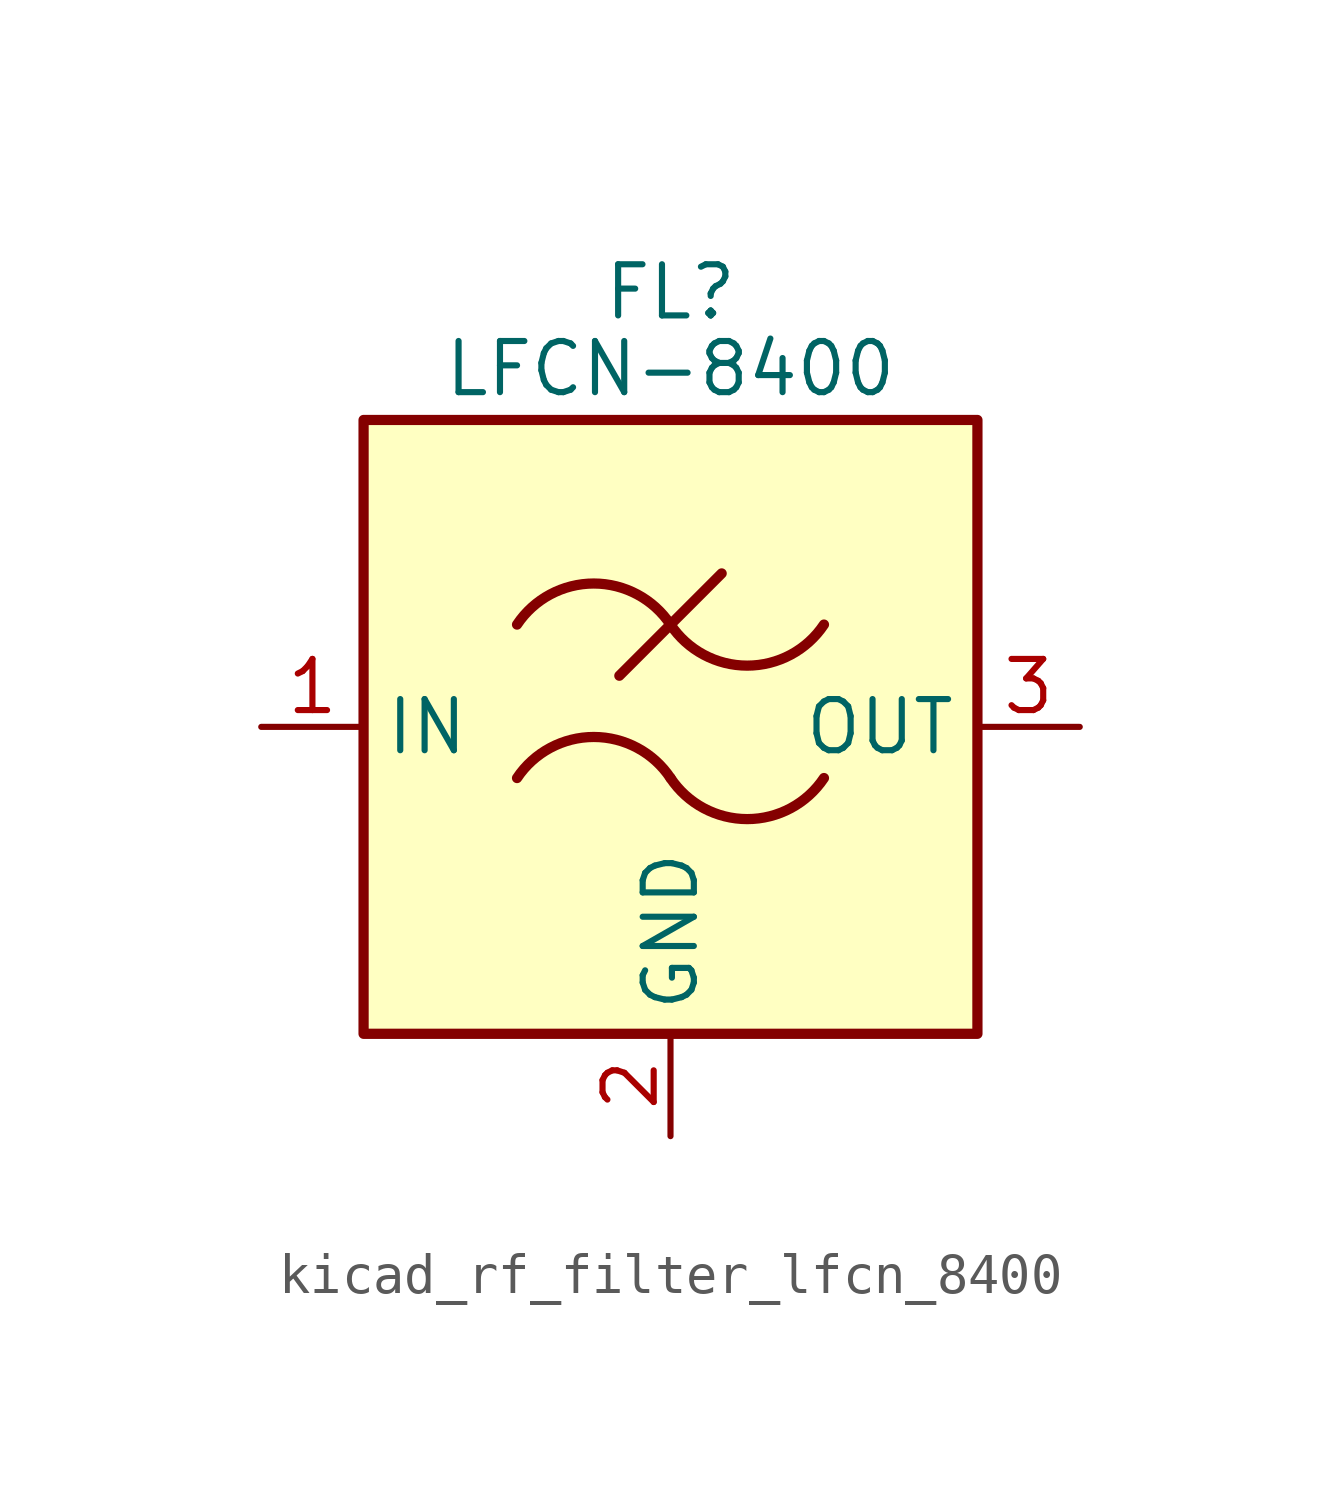
<source format=kicad_sym>
(kicad_symbol_lib
  (version 20220914)
  (generator kicad_symbol_editor)
  (symbol "kicad_rf_filter_lfcn_8400"
    (property "Reference" "FL"
      (at 0 10.795 0)
      (effects (font (size 1.27 1.27))))
    (property "Value" "LFCN-8400"
      (at 0 8.89 0)
      (effects (font (size 1.27 1.27))))
    (symbol "kicad_rf_filter_lfcn_8400_0_1"
      (rectangle (start -7.62 7.62) (end 7.62 -7.62) (stroke (width 0.254) (type default)) (fill (type background)))
      (arc (start 0 -1.27) (mid -1.905 -0.2505) (end -3.81 -1.27) (stroke (width 0.254) (type default)) (fill (type none)))
      (arc (start 0 -1.27) (mid 1.905 -2.2895) (end 3.81 -1.27) (stroke (width 0.254) (type default)) (fill (type none)))
      (polyline (pts (xy -1.27 1.27) (xy 1.27 3.81)) (stroke (width 0.254) (type default)) (fill (type none)))
      (arc (start 0 2.54) (mid -1.905 3.5595) (end -3.81 2.54) (stroke (width 0.254) (type default)) (fill (type none)))
      (arc (start 0 2.54) (mid 1.905 1.5205) (end 3.81 2.54) (stroke (width 0.254) (type default)) (fill (type none))))
    (symbol "kicad_rf_filter_lfcn_8400_1_1"
      (pin passive line (at -10.16 0 0) (length 2.54) (name "IN" (effects (font (size 1.27 1.27)))) (number "1" (effects (font (size 1.27 1.27)))))
      (pin passive line (at 0 -10.16 90) (length 2.54) (name "GND" (effects (font (size 1.27 1.27)))) (number "2" (effects (font (size 1.27 1.27)))))
      (pin passive line (at 10.16 0 180) (length 2.54) (name "OUT" (effects (font (size 1.27 1.27)))) (number "3" (effects (font (size 1.27 1.27)))))
      (pin passive line (at 0 -10.16 90) (length 2.54) hide (name "GND" (effects (font (size 1.27 1.27)))) (number "4" (effects (font (size 1.27 1.27))))))))
</source>
